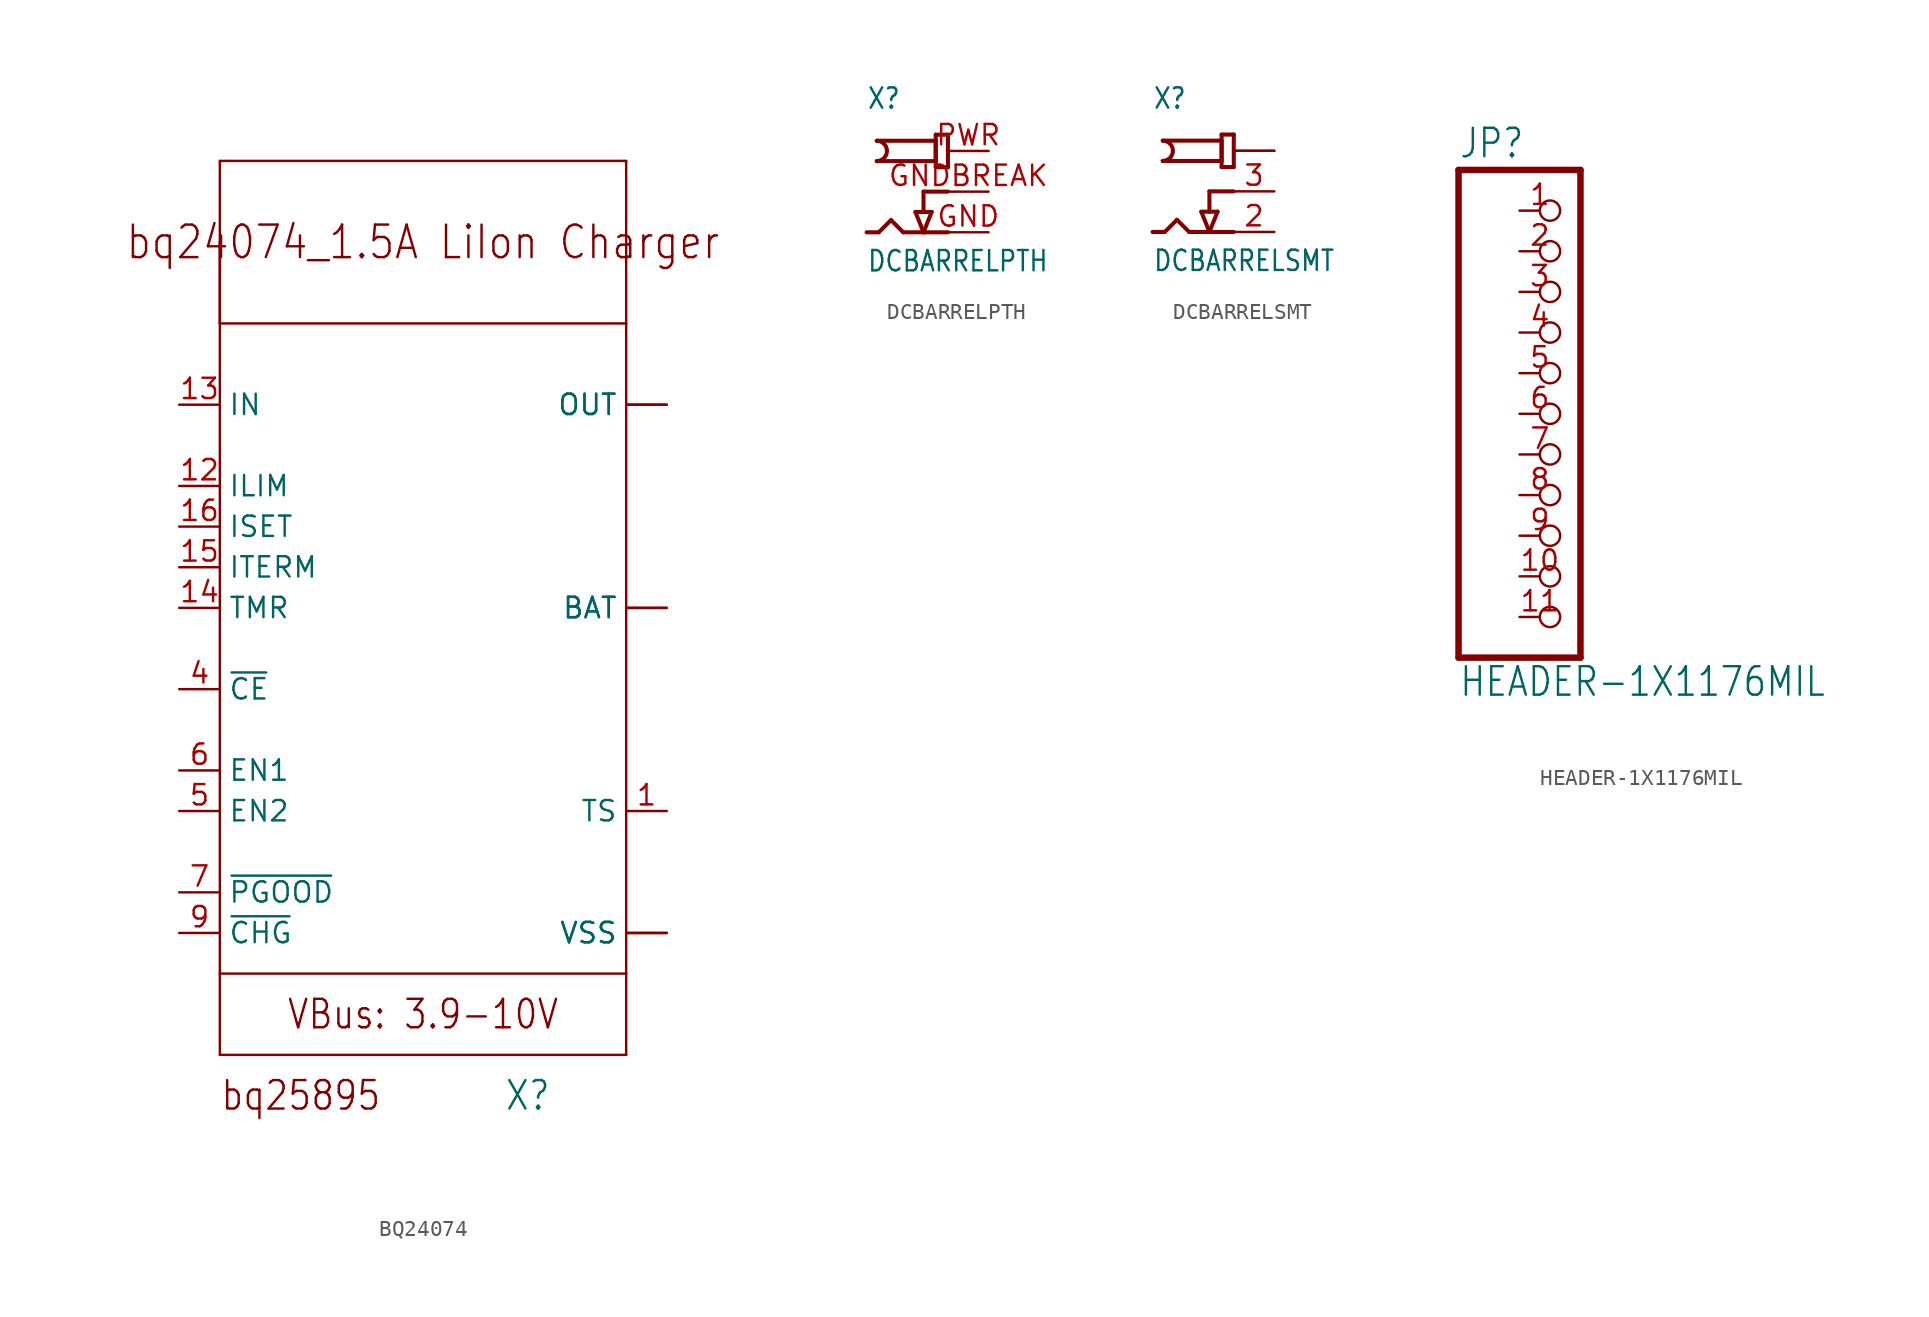
<source format=kicad_sym>
(kicad_symbol_lib
  (version 20211014)
  (generator kicad_symbol_editor)
  (symbol "BQ24074"
    (property "Reference" "X"
      (at 5.08 -27.94 0)
      (effects (font (size 1.778 1.511)) (justify left)))
    (property "ki_locked" ""
      (at 0 0 0)
      (effects (font (size 1.27 1.27))))
    (symbol "BQ24074_1_0"
      (polyline (pts (xy -12.7 -25.4) (xy -12.7 -20.32)) (stroke (width 0.152) (type default) (color 0 0 0 0)) (fill (type none)))
      (polyline (pts (xy -12.7 -20.32) (xy -12.7 25.4)) (stroke (width 0.152) (type default) (color 0 0 0 0)) (fill (type none)))
      (polyline (pts (xy -12.7 -20.32) (xy 12.7 -20.32)) (stroke (width 0.152) (type default) (color 0 0 0 0)) (fill (type none)))
      (polyline (pts (xy -12.7 20.32) (xy 12.7 20.32)) (stroke (width 0.152) (type default) (color 0 0 0 0)) (fill (type none)))
      (polyline (pts (xy -12.7 25.4) (xy -12.7 20.32)) (stroke (width 0.152) (type default) (color 0 0 0 0)) (fill (type none)))
      (polyline (pts (xy -12.7 25.4) (xy -12.7 30.48)) (stroke (width 0.152) (type default) (color 0 0 0 0)) (fill (type none)))
      (polyline (pts (xy -12.7 30.48) (xy 12.7 30.48)) (stroke (width 0.152) (type default) (color 0 0 0 0)) (fill (type none)))
      (polyline (pts (xy 12.7 -25.4) (xy -12.7 -25.4)) (stroke (width 0.152) (type default) (color 0 0 0 0)) (fill (type none)))
      (polyline (pts (xy 12.7 -20.32) (xy 12.7 -25.4)) (stroke (width 0.152) (type default) (color 0 0 0 0)) (fill (type none)))
      (polyline (pts (xy 12.7 20.32) (xy 12.7 -20.32)) (stroke (width 0.152) (type default) (color 0 0 0 0)) (fill (type none)))
      (polyline (pts (xy 12.7 30.48) (xy 12.7 20.32)) (stroke (width 0.152) (type default) (color 0 0 0 0)) (fill (type none)))
      (text "bq24074_1.5A LiIon Charger" (at 0 25.4 0) (effects (font (size 2.032 1.727))))
      (text "bq25895" (at -12.7 -27.94 0) (effects (font (size 1.778 1.511)) (justify left)))
      (text "VBus: 3.9-10V" (at 0 -22.86 0) (effects (font (size 1.778 1.511))))
      (pin input line (at 15.24 -10.16 180) (length 2.54) (name "TS" (effects (font (size 1.27 1.27)))) (number "1" (effects (font (size 1.27 1.27)))))
      (pin output line (at 15.24 15.24 180) (length 2.54) (name "OUT" (effects (font (size 1.27 1.27)))) (number "10" (effects (font (size 0 0)))))
      (pin output line (at 15.24 15.24 180) (length 2.54) (name "OUT" (effects (font (size 1.27 1.27)))) (number "11" (effects (font (size 0 0)))))
      (pin input line (at -15.24 10.16 0) (length 2.54) (name "ILIM" (effects (font (size 1.27 1.27)))) (number "12" (effects (font (size 1.27 1.27)))))
      (pin power_in line (at -15.24 15.24 0) (length 2.54) (name "IN" (effects (font (size 1.27 1.27)))) (number "13" (effects (font (size 1.27 1.27)))))
      (pin input line (at -15.24 2.54 0) (length 2.54) (name "TMR" (effects (font (size 1.27 1.27)))) (number "14" (effects (font (size 1.27 1.27)))))
      (pin input line (at -15.24 5.08 0) (length 2.54) (name "ITERM" (effects (font (size 1.27 1.27)))) (number "15" (effects (font (size 1.27 1.27)))))
      (pin input line (at -15.24 7.62 0) (length 2.54) (name "ISET" (effects (font (size 1.27 1.27)))) (number "16" (effects (font (size 1.27 1.27)))))
      (pin input line (at 15.24 2.54 180) (length 2.54) (name "BAT" (effects (font (size 1.27 1.27)))) (number "2" (effects (font (size 0 0)))))
      (pin input line (at 15.24 2.54 180) (length 2.54) (name "BAT" (effects (font (size 1.27 1.27)))) (number "3" (effects (font (size 0 0)))))
      (pin input line (at -15.24 -2.54 0) (length 2.54) (name "~{CE}" (effects (font (size 1.27 1.27)))) (number "4" (effects (font (size 1.27 1.27)))))
      (pin input line (at -15.24 -10.16 0) (length 2.54) (name "EN2" (effects (font (size 1.27 1.27)))) (number "5" (effects (font (size 1.27 1.27)))))
      (pin input line (at -15.24 -7.62 0) (length 2.54) (name "EN1" (effects (font (size 1.27 1.27)))) (number "6" (effects (font (size 1.27 1.27)))))
      (pin output line (at -15.24 -15.24 0) (length 2.54) (name "~{PGOOD}" (effects (font (size 1.27 1.27)))) (number "7" (effects (font (size 1.27 1.27)))))
      (pin power_in line (at 15.24 -17.78 180) (length 2.54) (name "VSS" (effects (font (size 1.27 1.27)))) (number "8" (effects (font (size 0 0)))))
      (pin output line (at -15.24 -17.78 0) (length 2.54) (name "~{CHG}" (effects (font (size 1.27 1.27)))) (number "9" (effects (font (size 1.27 1.27)))))
      (pin power_in line (at 15.24 -17.78 180) (length 2.54) (name "VSS" (effects (font (size 1.27 1.27)))) (number "THERMAL" (effects (font (size 0 0)))))))
  (symbol "DCBARRELPTH"
    (property "Reference" "X"
      (at -5.08 5.08 0)
      (effects (font (size 1.27 1.079)) (justify left bottom)))
    (property "Value" "DCBARRELPTH"
      (at -5.08 -5.08 0)
      (effects (font (size 1.27 1.079)) (justify left bottom)))
    (property "ki_locked" ""
      (at 0 0 0)
      (effects (font (size 1.27 1.27))))
    (symbol "DCBARRELPTH_1_0"
      (arc (start -4.445 1.905) (mid -3.81 2.54) (end -4.445 3.175) (stroke (width 0.254) (type default) (color 0 0 0 0)) (fill (type none)))
      (polyline (pts (xy -5.08 -2.54) (xy -4.318 -2.54)) (stroke (width 0.254) (type default) (color 0 0 0 0)) (fill (type none)))
      (polyline (pts (xy -4.318 -2.54) (xy -3.556 -1.778)) (stroke (width 0.254) (type default) (color 0 0 0 0)) (fill (type none)))
      (polyline (pts (xy -3.556 -1.778) (xy -2.794 -2.54)) (stroke (width 0.254) (type default) (color 0 0 0 0)) (fill (type none)))
      (polyline (pts (xy -2.032 -1.27) (xy -1.524 -1.27)) (stroke (width 0.254) (type default) (color 0 0 0 0)) (fill (type none)))
      (polyline (pts (xy -1.524 -2.54) (xy -2.794 -2.54)) (stroke (width 0.254) (type default) (color 0 0 0 0)) (fill (type none)))
      (polyline (pts (xy -1.524 -2.54) (xy -2.032 -1.27)) (stroke (width 0.254) (type default) (color 0 0 0 0)) (fill (type none)))
      (polyline (pts (xy -1.524 -1.27) (xy -1.016 -1.27)) (stroke (width 0.254) (type default) (color 0 0 0 0)) (fill (type none)))
      (polyline (pts (xy -1.524 0) (xy -1.524 -1.27)) (stroke (width 0.254) (type default) (color 0 0 0 0)) (fill (type none)))
      (polyline (pts (xy -1.016 -1.27) (xy -1.524 -2.54)) (stroke (width 0.254) (type default) (color 0 0 0 0)) (fill (type none)))
      (polyline (pts (xy -0.762 1.524) (xy -0.762 3.556)) (stroke (width 0.254) (type default) (color 0 0 0 0)) (fill (type none)))
      (polyline (pts (xy -0.762 1.905) (xy -4.445 1.905)) (stroke (width 0.254) (type default) (color 0 0 0 0)) (fill (type none)))
      (polyline (pts (xy -0.762 3.175) (xy -4.445 3.175)) (stroke (width 0.254) (type default) (color 0 0 0 0)) (fill (type none)))
      (polyline (pts (xy -0.762 3.175) (xy -0.762 1.905)) (stroke (width 0.254) (type default) (color 0 0 0 0)) (fill (type none)))
      (polyline (pts (xy -0.762 3.556) (xy 0 3.556)) (stroke (width 0.254) (type default) (color 0 0 0 0)) (fill (type none)))
      (polyline (pts (xy 0 -2.54) (xy -1.524 -2.54)) (stroke (width 0.254) (type default) (color 0 0 0 0)) (fill (type none)))
      (polyline (pts (xy 0 0) (xy -1.524 0)) (stroke (width 0.254) (type default) (color 0 0 0 0)) (fill (type none)))
      (polyline (pts (xy 0 1.524) (xy -0.762 1.524)) (stroke (width 0.254) (type default) (color 0 0 0 0)) (fill (type none)))
      (polyline (pts (xy 0 3.556) (xy 0 1.524)) (stroke (width 0.254) (type default) (color 0 0 0 0)) (fill (type none)))
      (pin power_in line (at 2.54 -2.54 180) (length 2.54) (name "GND" (effects (font (size 0 0)))) (number "GND" (effects (font (size 1.27 1.27)))))
      (pin power_in line (at 2.54 0 180) (length 2.54) (name "GNDBREAK" (effects (font (size 0 0)))) (number "GNDBREAK" (effects (font (size 1.27 1.27)))))
      (pin power_in line (at 2.54 2.54 180) (length 2.54) (name "PWR" (effects (font (size 0 0)))) (number "PWR" (effects (font (size 1.27 1.27)))))))
  (symbol "DCBARRELSMT"
    (property "Reference" "X"
      (at -5.08 5.08 0)
      (effects (font (size 1.27 1.079)) (justify left bottom)))
    (property "Value" "DCBARRELSMT"
      (at -5.08 -5.08 0)
      (effects (font (size 1.27 1.079)) (justify left bottom)))
    (property "ki_locked" ""
      (at 0 0 0)
      (effects (font (size 1.27 1.27))))
    (symbol "DCBARRELSMT_1_0"
      (arc (start -4.445 1.905) (mid -3.81 2.54) (end -4.445 3.175) (stroke (width 0.254) (type default) (color 0 0 0 0)) (fill (type none)))
      (polyline (pts (xy -5.08 -2.54) (xy -4.318 -2.54)) (stroke (width 0.254) (type default) (color 0 0 0 0)) (fill (type none)))
      (polyline (pts (xy -4.318 -2.54) (xy -3.556 -1.778)) (stroke (width 0.254) (type default) (color 0 0 0 0)) (fill (type none)))
      (polyline (pts (xy -3.556 -1.778) (xy -2.794 -2.54)) (stroke (width 0.254) (type default) (color 0 0 0 0)) (fill (type none)))
      (polyline (pts (xy -2.032 -1.27) (xy -1.524 -1.27)) (stroke (width 0.254) (type default) (color 0 0 0 0)) (fill (type none)))
      (polyline (pts (xy -1.524 -2.54) (xy -2.794 -2.54)) (stroke (width 0.254) (type default) (color 0 0 0 0)) (fill (type none)))
      (polyline (pts (xy -1.524 -2.54) (xy -2.032 -1.27)) (stroke (width 0.254) (type default) (color 0 0 0 0)) (fill (type none)))
      (polyline (pts (xy -1.524 -1.27) (xy -1.016 -1.27)) (stroke (width 0.254) (type default) (color 0 0 0 0)) (fill (type none)))
      (polyline (pts (xy -1.524 0) (xy -1.524 -1.27)) (stroke (width 0.254) (type default) (color 0 0 0 0)) (fill (type none)))
      (polyline (pts (xy -1.016 -1.27) (xy -1.524 -2.54)) (stroke (width 0.254) (type default) (color 0 0 0 0)) (fill (type none)))
      (polyline (pts (xy -0.762 1.524) (xy -0.762 3.556)) (stroke (width 0.254) (type default) (color 0 0 0 0)) (fill (type none)))
      (polyline (pts (xy -0.762 1.905) (xy -4.445 1.905)) (stroke (width 0.254) (type default) (color 0 0 0 0)) (fill (type none)))
      (polyline (pts (xy -0.762 3.175) (xy -4.445 3.175)) (stroke (width 0.254) (type default) (color 0 0 0 0)) (fill (type none)))
      (polyline (pts (xy -0.762 3.175) (xy -0.762 1.905)) (stroke (width 0.254) (type default) (color 0 0 0 0)) (fill (type none)))
      (polyline (pts (xy -0.762 3.556) (xy 0 3.556)) (stroke (width 0.254) (type default) (color 0 0 0 0)) (fill (type none)))
      (polyline (pts (xy 0 -2.54) (xy -1.524 -2.54)) (stroke (width 0.254) (type default) (color 0 0 0 0)) (fill (type none)))
      (polyline (pts (xy 0 0) (xy -1.524 0)) (stroke (width 0.254) (type default) (color 0 0 0 0)) (fill (type none)))
      (polyline (pts (xy 0 1.524) (xy -0.762 1.524)) (stroke (width 0.254) (type default) (color 0 0 0 0)) (fill (type none)))
      (polyline (pts (xy 0 3.556) (xy 0 1.524)) (stroke (width 0.254) (type default) (color 0 0 0 0)) (fill (type none)))
      (pin power_in line (at 2.54 2.54 180) (length 2.54) (name "PWR" (effects (font (size 0 0)))) (number "1" (effects (font (size 0 0)))))
      (pin power_in line (at 2.54 2.54 180) (length 2.54) (name "PWR" (effects (font (size 0 0)))) (number "1'" (effects (font (size 0 0)))))
      (pin power_in line (at 2.54 -2.54 180) (length 2.54) (name "GND" (effects (font (size 0 0)))) (number "2" (effects (font (size 1.27 1.27)))))
      (pin power_in line (at 2.54 0 180) (length 2.54) (name "GNDBREAK" (effects (font (size 0 0)))) (number "3" (effects (font (size 1.27 1.27)))))))
  (symbol "HEADER-1X1176MIL"
    (property "Reference" "JP"
      (at -6.35 15.875 0)
      (effects (font (size 1.778 1.511)) (justify left bottom)))
    (property "Value" "HEADER-1X1176MIL"
      (at -6.35 -17.78 0)
      (effects (font (size 1.778 1.511)) (justify left bottom)))
    (property "ki_locked" ""
      (at 0 0 0)
      (effects (font (size 1.27 1.27))))
    (symbol "HEADER-1X1176MIL_1_0"
      (polyline (pts (xy -6.35 -15.24) (xy 1.27 -15.24)) (stroke (width 0.406) (type default) (color 0 0 0 0)) (fill (type none)))
      (polyline (pts (xy -6.35 15.24) (xy -6.35 -15.24)) (stroke (width 0.406) (type default) (color 0 0 0 0)) (fill (type none)))
      (polyline (pts (xy 1.27 -15.24) (xy 1.27 15.24)) (stroke (width 0.406) (type default) (color 0 0 0 0)) (fill (type none)))
      (polyline (pts (xy 1.27 15.24) (xy -6.35 15.24)) (stroke (width 0.406) (type default) (color 0 0 0 0)) (fill (type none)))
      (pin passive inverted (at -2.54 12.7 0) (length 2.54) (name "1" (effects (font (size 0 0)))) (number "1" (effects (font (size 1.27 1.27)))))
      (pin passive inverted (at -2.54 -10.16 0) (length 2.54) (name "10" (effects (font (size 0 0)))) (number "10" (effects (font (size 1.27 1.27)))))
      (pin passive inverted (at -2.54 -12.7 0) (length 2.54) (name "11" (effects (font (size 0 0)))) (number "11" (effects (font (size 1.27 1.27)))))
      (pin passive inverted (at -2.54 10.16 0) (length 2.54) (name "2" (effects (font (size 0 0)))) (number "2" (effects (font (size 1.27 1.27)))))
      (pin passive inverted (at -2.54 7.62 0) (length 2.54) (name "3" (effects (font (size 0 0)))) (number "3" (effects (font (size 1.27 1.27)))))
      (pin passive inverted (at -2.54 5.08 0) (length 2.54) (name "4" (effects (font (size 0 0)))) (number "4" (effects (font (size 1.27 1.27)))))
      (pin passive inverted (at -2.54 2.54 0) (length 2.54) (name "5" (effects (font (size 0 0)))) (number "5" (effects (font (size 1.27 1.27)))))
      (pin passive inverted (at -2.54 0 0) (length 2.54) (name "6" (effects (font (size 0 0)))) (number "6" (effects (font (size 1.27 1.27)))))
      (pin passive inverted (at -2.54 -2.54 0) (length 2.54) (name "7" (effects (font (size 0 0)))) (number "7" (effects (font (size 1.27 1.27)))))
      (pin passive inverted (at -2.54 -5.08 0) (length 2.54) (name "8" (effects (font (size 0 0)))) (number "8" (effects (font (size 1.27 1.27)))))
      (pin passive inverted (at -2.54 -7.62 0) (length 2.54) (name "9" (effects (font (size 0 0)))) (number "9" (effects (font (size 1.27 1.27))))))))
</source>
